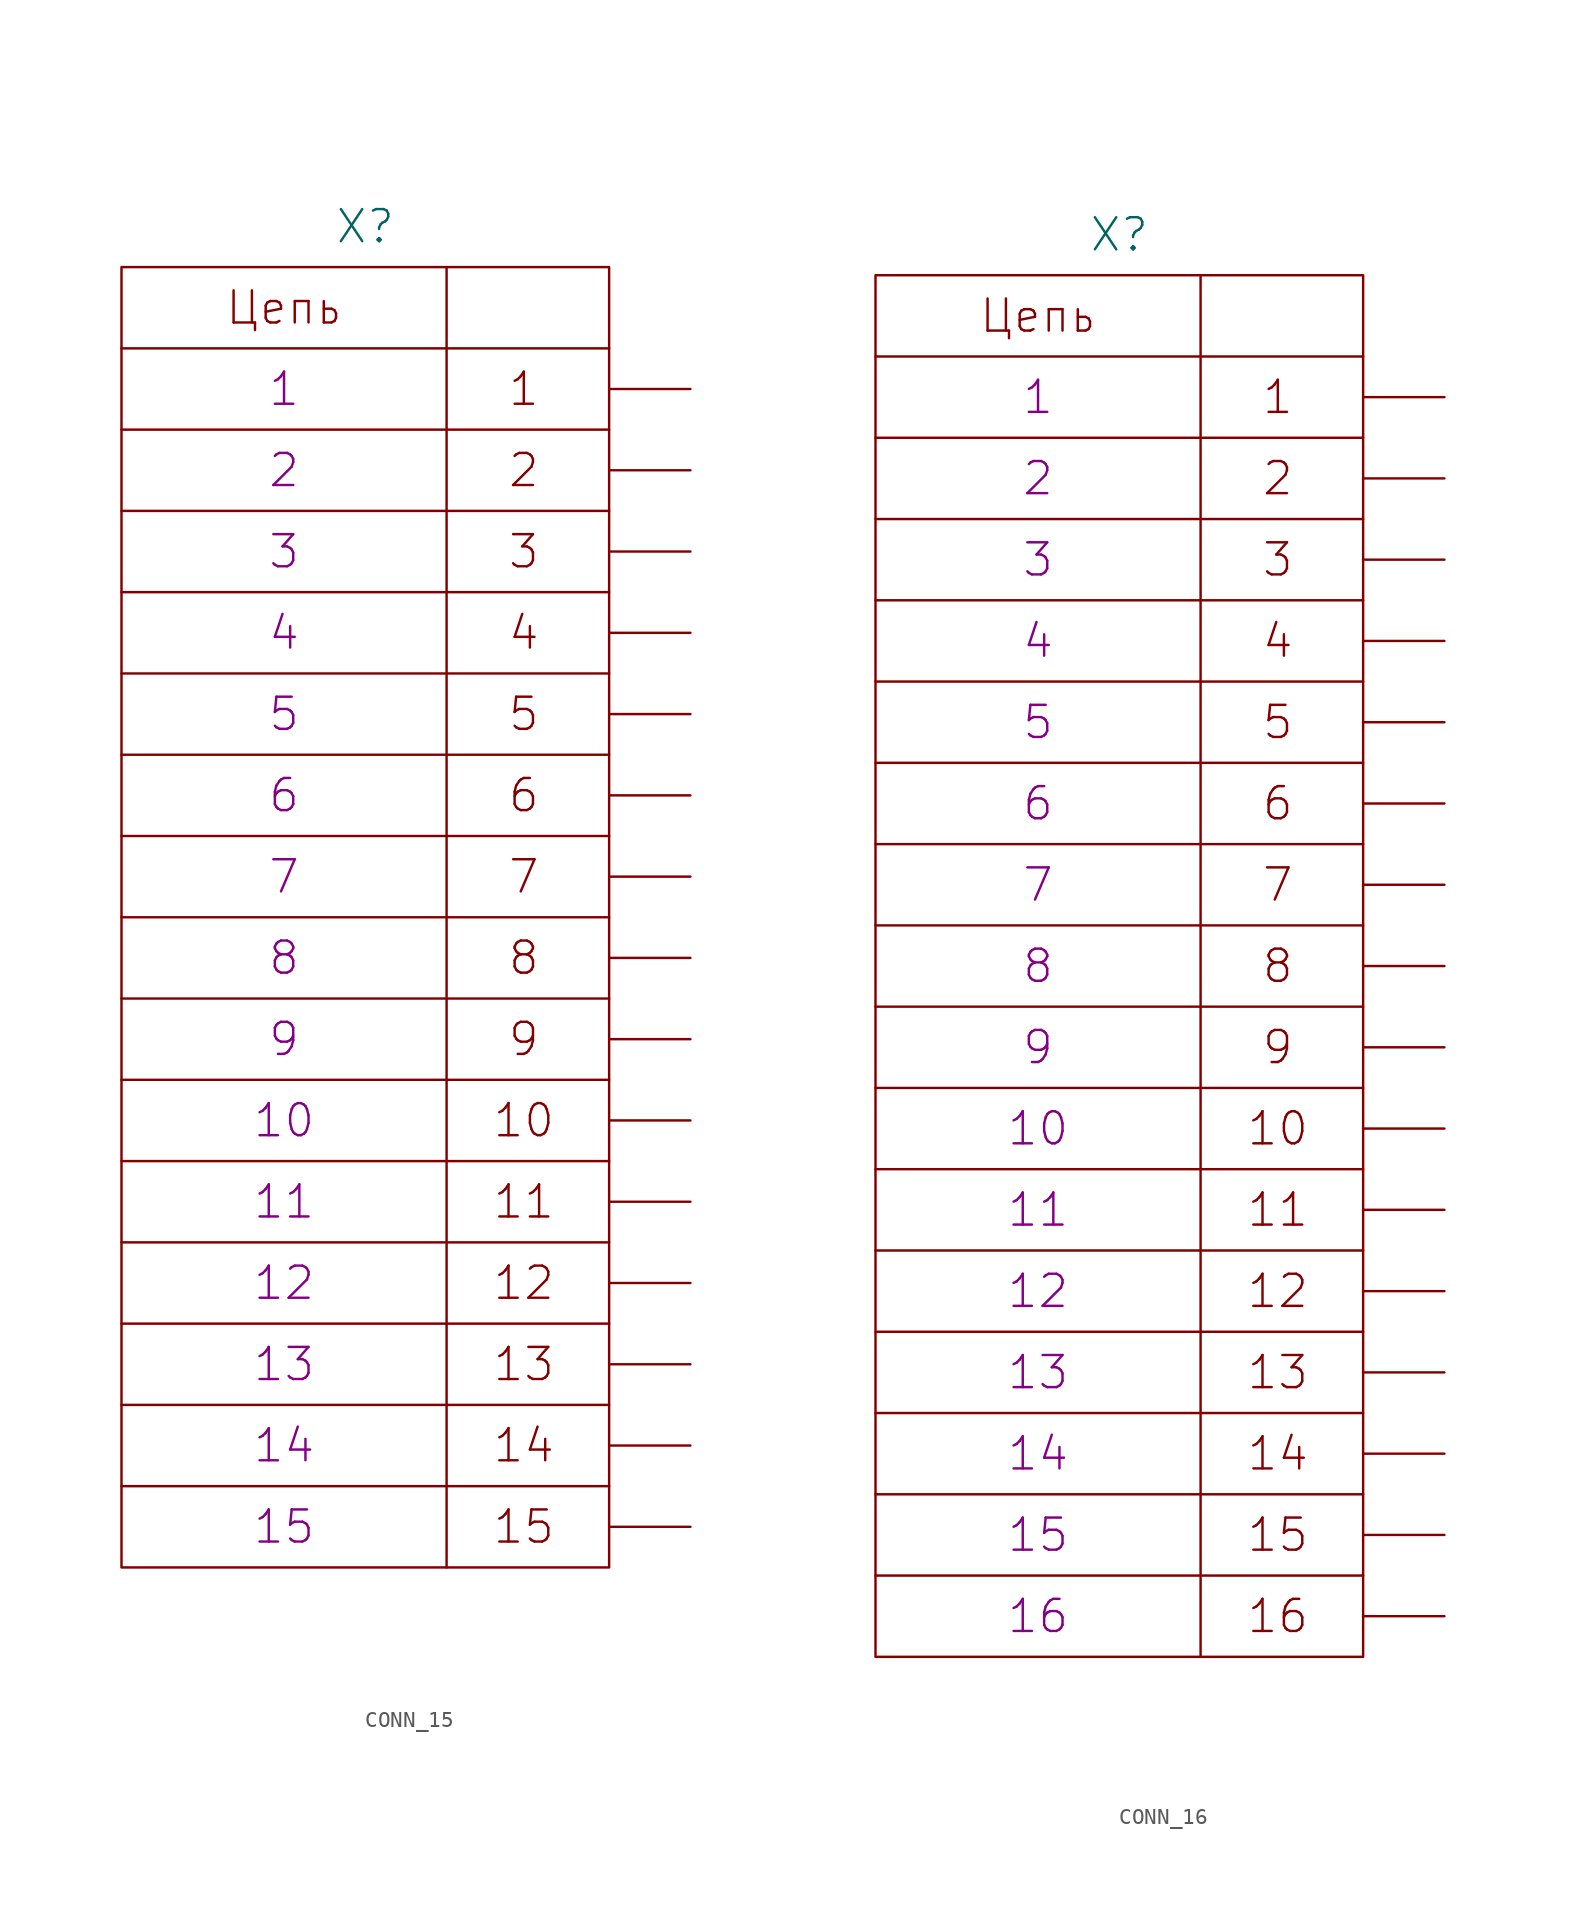
<source format=kicad_sym>
(kicad_symbol_lib
  (version 20231120)
  (generator "kicad_symbol_editor")
  (generator_version "8.0")
  (symbol "CONN_15"
    (pin_numbers hide)
    (pin_names
      (offset 0) hide)
    (property "Reference" "X"
      (at 0 43.18 0)
      (effects (font (size 2.007 2.007))))
    (property "PIN1" "1"
      (at -5.08 33.02 0)
      (effects (font (size 2.007 2.007))))
    (property "PIN2" "2"
      (at -5.08 27.94 0)
      (effects (font (size 2.007 2.007))))
    (property "PIN3" "3"
      (at -5.08 22.86 0)
      (effects (font (size 2.007 2.007))))
    (property "PIN4" "4"
      (at -5.08 17.78 0)
      (effects (font (size 2.007 2.007))))
    (property "PIN5" "5"
      (at -5.08 12.7 0)
      (effects (font (size 2.007 2.007))))
    (property "PIN6" "6"
      (at -5.08 7.62 0)
      (effects (font (size 2.007 2.007))))
    (property "PIN7" "7"
      (at -5.08 2.54 0)
      (effects (font (size 2.007 2.007))))
    (property "PIN8" "8"
      (at -5.08 -2.54 0)
      (effects (font (size 2.007 2.007))))
    (property "PIN9" "9"
      (at -5.08 -7.62 0)
      (effects (font (size 2.007 2.007))))
    (property "PIN10" "10"
      (at -5.08 -12.7 0)
      (effects (font (size 2.007 2.007))))
    (property "PIN11" "11"
      (at -5.08 -17.78 0)
      (effects (font (size 2.007 2.007))))
    (property "PIN12" "12"
      (at -5.08 -22.86 0)
      (effects (font (size 2.007 2.007))))
    (property "PIN13" "13"
      (at -5.08 -27.94 0)
      (effects (font (size 2.007 2.007))))
    (property "PIN14" "14"
      (at -5.08 -33.02 0)
      (effects (font (size 2.007 2.007))))
    (property "PIN15" "15"
      (at -5.08 -38.1 0)
      (effects (font (size 2.007 2.007))))
    (symbol "CONN_15_0_0"
      (polyline (pts (xy -15.24 -35.56) (xy 15.24 -35.56)) (stroke (width 0) (type solid)) (fill (type none)))
      (polyline (pts (xy -15.24 -30.48) (xy 15.24 -30.48)) (stroke (width 0) (type solid)) (fill (type none)))
      (polyline (pts (xy -15.24 -25.4) (xy 15.24 -25.4)) (stroke (width 0) (type solid)) (fill (type none)))
      (polyline (pts (xy -15.24 -20.32) (xy 15.24 -20.32)) (stroke (width 0) (type solid)) (fill (type none)))
      (polyline (pts (xy -15.24 -15.24) (xy 15.24 -15.24)) (stroke (width 0) (type solid)) (fill (type none)))
      (polyline (pts (xy -15.24 -10.16) (xy 15.24 -10.16)) (stroke (width 0) (type solid)) (fill (type none)))
      (polyline (pts (xy -15.24 -5.08) (xy 15.24 -5.08)) (stroke (width 0) (type solid)) (fill (type none)))
      (polyline (pts (xy -15.24 0) (xy 15.24 0)) (stroke (width 0) (type solid)) (fill (type none)))
      (polyline (pts (xy -15.24 5.08) (xy 15.24 5.08)) (stroke (width 0) (type solid)) (fill (type none)))
      (polyline (pts (xy -15.24 10.16) (xy 15.24 10.16)) (stroke (width 0) (type solid)) (fill (type none)))
      (polyline (pts (xy -15.24 15.24) (xy 15.24 15.24)) (stroke (width 0) (type solid)) (fill (type none)))
      (polyline (pts (xy -15.24 20.32) (xy 15.24 20.32)) (stroke (width 0) (type solid)) (fill (type none)))
      (polyline (pts (xy -15.24 25.4) (xy 15.24 25.4)) (stroke (width 0) (type solid)) (fill (type none)))
      (polyline (pts (xy -15.24 30.48) (xy 15.24 30.48)) (stroke (width 0) (type solid)) (fill (type none)))
      (polyline (pts (xy -15.24 35.56) (xy 15.24 35.56)) (stroke (width 0) (type solid)) (fill (type none)))
      (polyline (pts (xy 5.08 40.64) (xy 5.08 -40.64)) (stroke (width 0) (type solid)) (fill (type none)))
      (rectangle (start 15.24 40.64) (end -15.24 -40.64) (stroke (width 0) (type solid)) (fill (type none))))
    (symbol "CONN_15_1_1"
      (text "1" (at 9.906 33.02 0) (effects (font (size 2.007 2.007))))
      (text "10" (at 9.906 -12.7 0) (effects (font (size 2.007 2.007))))
      (text "11" (at 9.906 -17.78 0) (effects (font (size 2.007 2.007))))
      (text "12" (at 9.906 -22.86 0) (effects (font (size 2.007 2.007))))
      (text "13" (at 9.906 -27.94 0) (effects (font (size 2.007 2.007))))
      (text "14" (at 9.906 -33.02 0) (effects (font (size 2.007 2.007))))
      (text "15" (at 9.906 -38.1 0) (effects (font (size 2.007 2.007))))
      (text "2" (at 9.906 27.94 0) (effects (font (size 2.007 2.007))))
      (text "3" (at 9.906 22.86 0) (effects (font (size 2.007 2.007))))
      (text "4" (at 9.906 17.78 0) (effects (font (size 2.007 2.007))))
      (text "5" (at 9.906 12.7 0) (effects (font (size 2.007 2.007))))
      (text "6" (at 9.906 7.62 0) (effects (font (size 2.007 2.007))))
      (text "7" (at 9.906 2.54 0) (effects (font (size 2.007 2.007))))
      (text "8" (at 9.906 -2.54 0) (effects (font (size 2.007 2.007))))
      (text "9" (at 9.906 -7.62 0) (effects (font (size 2.007 2.007))))
      (text "Цепь" (at -5.08 38.1 0) (effects (font (size 2.007 2.007))))
      (pin passive line (at 20.32 33.02 180) (length 5.08) (name "1" (effects (font (size 2.007 2.007)))) (number "1" (effects (font (size 2.007 2.007)))))
      (pin passive line (at 20.32 -12.7 180) (length 5.08) (name "10" (effects (font (size 2.007 2.007)))) (number "10" (effects (font (size 2.007 2.007)))))
      (pin passive line (at 20.32 -17.78 180) (length 5.08) (name "11" (effects (font (size 2.007 2.007)))) (number "11" (effects (font (size 2.007 2.007)))))
      (pin passive line (at 20.32 -22.86 180) (length 5.08) (name "12" (effects (font (size 2.007 2.007)))) (number "12" (effects (font (size 2.007 2.007)))))
      (pin passive line (at 20.32 -27.94 180) (length 5.08) (name "13" (effects (font (size 2.007 2.007)))) (number "13" (effects (font (size 2.007 2.007)))))
      (pin passive line (at 20.32 -33.02 180) (length 5.08) (name "14" (effects (font (size 2.007 2.007)))) (number "14" (effects (font (size 2.007 2.007)))))
      (pin passive line (at 20.32 -38.1 180) (length 5.08) (name "15" (effects (font (size 2.007 2.007)))) (number "15" (effects (font (size 2.007 2.007)))))
      (pin passive line (at 20.32 27.94 180) (length 5.08) (name "2" (effects (font (size 2.007 2.007)))) (number "2" (effects (font (size 2.007 2.007)))))
      (pin passive line (at 20.32 22.86 180) (length 5.08) (name "3" (effects (font (size 2.007 2.007)))) (number "3" (effects (font (size 2.007 2.007)))))
      (pin passive line (at 20.32 17.78 180) (length 5.08) (name "4" (effects (font (size 2.007 2.007)))) (number "4" (effects (font (size 2.007 2.007)))))
      (pin passive line (at 20.32 12.7 180) (length 5.08) (name "5" (effects (font (size 2.007 2.007)))) (number "5" (effects (font (size 2.007 2.007)))))
      (pin passive line (at 20.32 7.62 180) (length 5.08) (name "6" (effects (font (size 2.007 2.007)))) (number "6" (effects (font (size 2.007 2.007)))))
      (pin passive line (at 20.32 2.54 180) (length 5.08) (name "7" (effects (font (size 2.007 2.007)))) (number "7" (effects (font (size 2.007 2.007)))))
      (pin passive line (at 20.32 -2.54 180) (length 5.08) (name "8" (effects (font (size 2.007 2.007)))) (number "8" (effects (font (size 2.007 2.007)))))
      (pin passive line (at 20.32 -7.62 180) (length 5.08) (name "9" (effects (font (size 2.007 2.007)))) (number "9" (effects (font (size 2.007 2.007)))))))
  (symbol "CONN_16"
    (pin_numbers hide)
    (pin_names
      (offset 0) hide)
    (property "Reference" "X"
      (at 0 45.72 0)
      (effects (font (size 2.007 2.007))))
    (property "PIN1" "1"
      (at -5.08 35.56 0)
      (effects (font (size 2.007 2.007))))
    (property "PIN2" "2"
      (at -5.08 30.48 0)
      (effects (font (size 2.007 2.007))))
    (property "PIN3" "3"
      (at -5.08 25.4 0)
      (effects (font (size 2.007 2.007))))
    (property "PIN4" "4"
      (at -5.08 20.32 0)
      (effects (font (size 2.007 2.007))))
    (property "PIN5" "5"
      (at -5.08 15.24 0)
      (effects (font (size 2.007 2.007))))
    (property "PIN6" "6"
      (at -5.08 10.16 0)
      (effects (font (size 2.007 2.007))))
    (property "PIN7" "7"
      (at -5.08 5.08 0)
      (effects (font (size 2.007 2.007))))
    (property "PIN8" "8"
      (at -5.08 0 0)
      (effects (font (size 2.007 2.007))))
    (property "PIN9" "9"
      (at -5.08 -5.08 0)
      (effects (font (size 2.007 2.007))))
    (property "PIN10" "10"
      (at -5.08 -10.16 0)
      (effects (font (size 2.007 2.007))))
    (property "PIN11" "11"
      (at -5.08 -15.24 0)
      (effects (font (size 2.007 2.007))))
    (property "PIN12" "12"
      (at -5.08 -20.32 0)
      (effects (font (size 2.007 2.007))))
    (property "PIN13" "13"
      (at -5.08 -25.4 0)
      (effects (font (size 2.007 2.007))))
    (property "PIN14" "14"
      (at -5.08 -30.48 0)
      (effects (font (size 2.007 2.007))))
    (property "PIN15" "15"
      (at -5.08 -35.56 0)
      (effects (font (size 2.007 2.007))))
    (property "PIN16" "16"
      (at -5.08 -40.64 0)
      (effects (font (size 2.007 2.007))))
    (symbol "CONN_16_0_0"
      (polyline (pts (xy -15.24 -38.1) (xy 15.24 -38.1)) (stroke (width 0) (type solid)) (fill (type none)))
      (polyline (pts (xy -15.24 -33.02) (xy 15.24 -33.02)) (stroke (width 0) (type solid)) (fill (type none)))
      (polyline (pts (xy -15.24 -27.94) (xy 15.24 -27.94)) (stroke (width 0) (type solid)) (fill (type none)))
      (polyline (pts (xy -15.24 -22.86) (xy 15.24 -22.86)) (stroke (width 0) (type solid)) (fill (type none)))
      (polyline (pts (xy -15.24 -17.78) (xy 15.24 -17.78)) (stroke (width 0) (type solid)) (fill (type none)))
      (polyline (pts (xy -15.24 -12.7) (xy 15.24 -12.7)) (stroke (width 0) (type solid)) (fill (type none)))
      (polyline (pts (xy -15.24 -7.62) (xy 15.24 -7.62)) (stroke (width 0) (type solid)) (fill (type none)))
      (polyline (pts (xy -15.24 -2.54) (xy 15.24 -2.54)) (stroke (width 0) (type solid)) (fill (type none)))
      (polyline (pts (xy -15.24 2.54) (xy 15.24 2.54)) (stroke (width 0) (type solid)) (fill (type none)))
      (polyline (pts (xy -15.24 7.62) (xy 15.24 7.62)) (stroke (width 0) (type solid)) (fill (type none)))
      (polyline (pts (xy -15.24 12.7) (xy 15.24 12.7)) (stroke (width 0) (type solid)) (fill (type none)))
      (polyline (pts (xy -15.24 17.78) (xy 15.24 17.78)) (stroke (width 0) (type solid)) (fill (type none)))
      (polyline (pts (xy -15.24 22.86) (xy 15.24 22.86)) (stroke (width 0) (type solid)) (fill (type none)))
      (polyline (pts (xy -15.24 27.94) (xy 15.24 27.94)) (stroke (width 0) (type solid)) (fill (type none)))
      (polyline (pts (xy -15.24 33.02) (xy 15.24 33.02)) (stroke (width 0) (type solid)) (fill (type none)))
      (polyline (pts (xy -15.24 38.1) (xy 15.24 38.1)) (stroke (width 0) (type solid)) (fill (type none)))
      (polyline (pts (xy 5.08 43.18) (xy 5.08 -43.18)) (stroke (width 0) (type solid)) (fill (type none)))
      (rectangle (start 15.24 43.18) (end -15.24 -43.18) (stroke (width 0) (type solid)) (fill (type none))))
    (symbol "CONN_16_1_1"
      (text "1" (at 9.906 35.56 0) (effects (font (size 2.007 2.007))))
      (text "10" (at 9.906 -10.16 0) (effects (font (size 2.007 2.007))))
      (text "11" (at 9.906 -15.24 0) (effects (font (size 2.007 2.007))))
      (text "12" (at 9.906 -20.32 0) (effects (font (size 2.007 2.007))))
      (text "13" (at 9.906 -25.4 0) (effects (font (size 2.007 2.007))))
      (text "14" (at 9.906 -30.48 0) (effects (font (size 2.007 2.007))))
      (text "15" (at 9.906 -35.56 0) (effects (font (size 2.007 2.007))))
      (text "16" (at 9.906 -40.64 0) (effects (font (size 2.007 2.007))))
      (text "2" (at 9.906 30.48 0) (effects (font (size 2.007 2.007))))
      (text "3" (at 9.906 25.4 0) (effects (font (size 2.007 2.007))))
      (text "4" (at 9.906 20.32 0) (effects (font (size 2.007 2.007))))
      (text "5" (at 9.906 15.24 0) (effects (font (size 2.007 2.007))))
      (text "6" (at 9.906 10.16 0) (effects (font (size 2.007 2.007))))
      (text "7" (at 9.906 5.08 0) (effects (font (size 2.007 2.007))))
      (text "8" (at 9.906 0 0) (effects (font (size 2.007 2.007))))
      (text "9" (at 9.906 -5.08 0) (effects (font (size 2.007 2.007))))
      (text "Цепь" (at -5.08 40.64 0) (effects (font (size 2.007 2.007))))
      (pin passive line (at 20.32 35.56 180) (length 5.08) (name "1" (effects (font (size 2.007 2.007)))) (number "1" (effects (font (size 2.007 2.007)))))
      (pin passive line (at 20.32 -10.16 180) (length 5.08) (name "10" (effects (font (size 2.007 2.007)))) (number "10" (effects (font (size 2.007 2.007)))))
      (pin passive line (at 20.32 -15.24 180) (length 5.08) (name "11" (effects (font (size 2.007 2.007)))) (number "11" (effects (font (size 2.007 2.007)))))
      (pin passive line (at 20.32 -20.32 180) (length 5.08) (name "12" (effects (font (size 2.007 2.007)))) (number "12" (effects (font (size 2.007 2.007)))))
      (pin passive line (at 20.32 -25.4 180) (length 5.08) (name "13" (effects (font (size 2.007 2.007)))) (number "13" (effects (font (size 2.007 2.007)))))
      (pin passive line (at 20.32 -30.48 180) (length 5.08) (name "14" (effects (font (size 2.007 2.007)))) (number "14" (effects (font (size 2.007 2.007)))))
      (pin passive line (at 20.32 -35.56 180) (length 5.08) (name "15" (effects (font (size 2.007 2.007)))) (number "15" (effects (font (size 2.007 2.007)))))
      (pin passive line (at 20.32 -40.64 180) (length 5.08) (name "16" (effects (font (size 2.007 2.007)))) (number "16" (effects (font (size 2.007 2.007)))))
      (pin passive line (at 20.32 30.48 180) (length 5.08) (name "2" (effects (font (size 2.007 2.007)))) (number "2" (effects (font (size 2.007 2.007)))))
      (pin passive line (at 20.32 25.4 180) (length 5.08) (name "3" (effects (font (size 2.007 2.007)))) (number "3" (effects (font (size 2.007 2.007)))))
      (pin passive line (at 20.32 20.32 180) (length 5.08) (name "4" (effects (font (size 2.007 2.007)))) (number "4" (effects (font (size 2.007 2.007)))))
      (pin passive line (at 20.32 15.24 180) (length 5.08) (name "5" (effects (font (size 2.007 2.007)))) (number "5" (effects (font (size 2.007 2.007)))))
      (pin passive line (at 20.32 10.16 180) (length 5.08) (name "6" (effects (font (size 2.007 2.007)))) (number "6" (effects (font (size 2.007 2.007)))))
      (pin passive line (at 20.32 5.08 180) (length 5.08) (name "7" (effects (font (size 2.007 2.007)))) (number "7" (effects (font (size 2.007 2.007)))))
      (pin passive line (at 20.32 0 180) (length 5.08) (name "8" (effects (font (size 2.007 2.007)))) (number "8" (effects (font (size 2.007 2.007)))))
      (pin passive line (at 20.32 -5.08 180) (length 5.08) (name "9" (effects (font (size 2.007 2.007)))) (number "9" (effects (font (size 2.007 2.007))))))))
</source>
